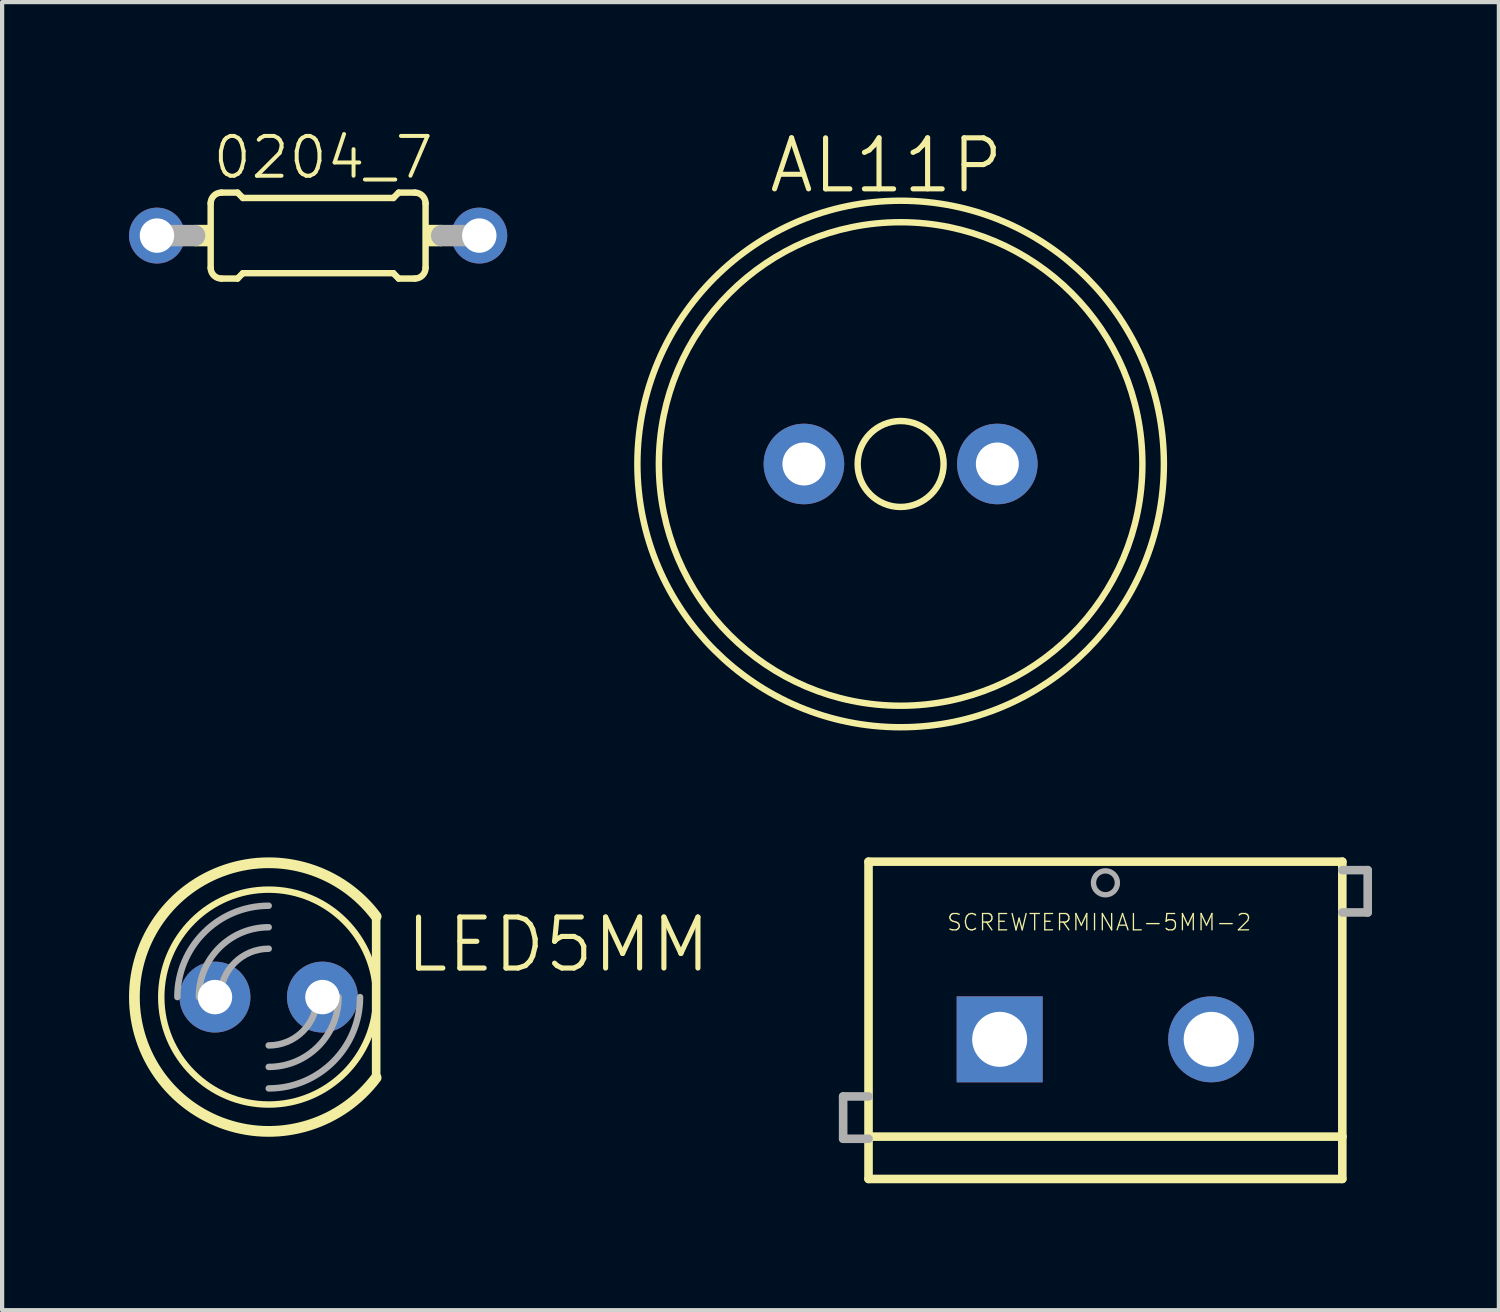
<source format=kicad_pcb>
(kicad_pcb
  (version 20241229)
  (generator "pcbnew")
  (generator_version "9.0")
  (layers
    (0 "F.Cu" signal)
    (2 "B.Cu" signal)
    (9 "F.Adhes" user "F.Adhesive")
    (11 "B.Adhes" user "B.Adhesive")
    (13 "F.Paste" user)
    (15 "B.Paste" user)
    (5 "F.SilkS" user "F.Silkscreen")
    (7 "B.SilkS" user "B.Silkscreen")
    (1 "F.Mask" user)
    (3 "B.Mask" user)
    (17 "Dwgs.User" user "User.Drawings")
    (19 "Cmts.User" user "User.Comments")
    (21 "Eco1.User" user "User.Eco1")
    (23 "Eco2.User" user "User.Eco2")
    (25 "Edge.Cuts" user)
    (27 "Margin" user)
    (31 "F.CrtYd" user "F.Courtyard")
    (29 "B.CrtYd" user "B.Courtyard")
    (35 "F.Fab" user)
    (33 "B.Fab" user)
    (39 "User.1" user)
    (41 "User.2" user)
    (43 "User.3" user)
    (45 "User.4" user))
  (footprint "SCREWTERMINAL-5MM-2"
    (layer "F.Cu")
    (at 20.581 21.519)
    (property "Reference" "SCREWTERMINAL-5MM-2" (at -1.27 -2.54 180) (layer "F.SilkS") (effects (font (size 0.386 0.386) (thickness 0.031)) (justify left bottom)))
    (attr through_hole)
    (fp_line (start -3.1 -4.2) (end 8.1 -4.2) (stroke (width 0.203) (type solid)) (layer "F.SilkS"))
    (fp_line (start -3.1 2.3) (end -3.1 -4.2) (stroke (width 0.203) (type solid)) (layer "F.SilkS"))
    (fp_line (start -3.1 3.3) (end -3.1 2.3) (stroke (width 0.203) (type solid)) (layer "F.SilkS"))
    (fp_line (start 8.1 -4.2) (end 8.1 2.3) (stroke (width 0.203) (type solid)) (layer "F.SilkS"))
    (fp_line (start 8.1 2.3) (end -3.1 2.3) (stroke (width 0.203) (type solid)) (layer "F.SilkS"))
    (fp_line (start 8.1 2.3) (end 8.1 3.3) (stroke (width 0.203) (type solid)) (layer "F.SilkS"))
    (fp_line (start 8.1 3.3) (end -3.1 3.3) (stroke (width 0.203) (type solid)) (layer "F.SilkS"))
    (fp_line (start -3.7 1.35) (end -3.7 2.35) (stroke (width 0.203) (type solid)) (layer "F.Fab"))
    (fp_line (start -3.7 2.35) (end -3.1 2.35) (stroke (width 0.203) (type solid)) (layer "F.Fab"))
    (fp_line (start -3.1 1.35) (end -3.7 1.35) (stroke (width 0.203) (type solid)) (layer "F.Fab"))
    (fp_line (start 8.1 -4) (end 8.7 -4) (stroke (width 0.203) (type solid)) (layer "F.Fab"))
    (fp_line (start 8.7 -4) (end 8.7 -3) (stroke (width 0.203) (type solid)) (layer "F.Fab"))
    (fp_line (start 8.7 -3) (end 8.1 -3) (stroke (width 0.203) (type solid)) (layer "F.Fab"))
    (fp_circle (center 2.5 -3.7) (end 2.783 -3.7) (stroke (width 0.127) (type solid)) (fill no) (layer "F.Fab"))
    (pad "1" thru_hole rect (at 0 0) (size 2.032 2.032) (drill 1.3) (layers "*.Cu" "*.Mask"))
    (pad "2" thru_hole circle (at 5 0) (size 2.032 2.032) (drill 1.3) (layers "*.Cu" "*.Mask")))
  (footprint "AL11P"
    (layer "F.Cu")
    (at 18.24 7.918)
    (property "Reference" "AL11P" (at -3.175 -6.35 180) (layer "F.SilkS") (effects (font (size 1.206 1.206) (thickness 0.121)) (justify left bottom)))
    (attr through_hole)
    (fp_circle (center 0 0) (end 1.016 0) (stroke (width 0.152) (type solid)) (fill no) (layer "F.SilkS"))
    (fp_circle (center 0 0) (end 5.715 0) (stroke (width 0.152) (type solid)) (fill no) (layer "F.SilkS"))
    (fp_circle (center 0 0) (end 6.223 0) (stroke (width 0.152) (type solid)) (fill no) (layer "F.SilkS"))
    (pad "+" thru_hole circle (at 2.286 0) (size 1.905 1.905) (drill 1.016) (layers "*.Cu" "*.Mask"))
    (pad "-" thru_hole circle (at -2.286 0) (size 1.905 1.905) (drill 1.016) (layers "*.Cu" "*.Mask")))
  (footprint "0204_7"
    (layer "F.Cu")
    (at 4.47 2.519)
    (property "Reference" "0204_7" (at -2.54 -1.295 180) (layer "F.SilkS") (effects (font (size 0.941 0.941) (thickness 0.094)) (justify left bottom)))
    (attr through_hole)
    (fp_line (start -2.54 0.762) (end -2.54 -0.762) (stroke (width 0.152) (type solid)) (layer "F.SilkS"))
    (fp_line (start -2.286 -1.016) (end -1.905 -1.016) (stroke (width 0.152) (type solid)) (layer "F.SilkS"))
    (fp_line (start -2.286 1.016) (end -1.905 1.016) (stroke (width 0.152) (type solid)) (layer "F.SilkS"))
    (fp_line (start -1.778 -0.889) (end -1.905 -1.016) (stroke (width 0.152) (type solid)) (layer "F.SilkS"))
    (fp_line (start -1.778 0.889) (end -1.905 1.016) (stroke (width 0.152) (type solid)) (layer "F.SilkS"))
    (fp_line (start 1.778 -0.889) (end -1.778 -0.889) (stroke (width 0.152) (type solid)) (layer "F.SilkS"))
    (fp_line (start 1.778 -0.889) (end 1.905 -1.016) (stroke (width 0.152) (type solid)) (layer "F.SilkS"))
    (fp_line (start 1.778 0.889) (end -1.778 0.889) (stroke (width 0.152) (type solid)) (layer "F.SilkS"))
    (fp_line (start 1.778 0.889) (end 1.905 1.016) (stroke (width 0.152) (type solid)) (layer "F.SilkS"))
    (fp_line (start 2.286 -1.016) (end 1.905 -1.016) (stroke (width 0.152) (type solid)) (layer "F.SilkS"))
    (fp_line (start 2.286 1.016) (end 1.905 1.016) (stroke (width 0.152) (type solid)) (layer "F.SilkS"))
    (fp_line (start 2.54 0.762) (end 2.54 -0.762) (stroke (width 0.152) (type solid)) (layer "F.SilkS"))
    (fp_arc (start -2.54 -0.762) (mid -2.465605 -0.941605) (end -2.286 -1.016) (stroke (width 0.1524) (type solid)) (layer "F.SilkS"))
    (fp_arc (start -2.286 1.016) (mid -2.465605 0.941605) (end -2.54 0.762) (stroke (width 0.1524) (type solid)) (layer "F.SilkS"))
    (fp_arc (start 2.286 -1.016) (mid 2.465605 -0.941605) (end 2.54 -0.762) (stroke (width 0.1524) (type solid)) (layer "F.SilkS"))
    (fp_arc (start 2.54 0.762) (mid 2.465605 0.941605) (end 2.286 1.016) (stroke (width 0.1524) (type solid)) (layer "F.SilkS"))
    (fp_poly (pts (xy -2.921 0.254) (xy -2.54 0.254) (xy -2.54 -0.254) (xy -2.921 -0.254)) (stroke (width 0) (type solid)) (fill yes) (layer "F.SilkS"))
    (fp_poly (pts (xy 2.54 0.254) (xy 2.921 0.254) (xy 2.921 -0.254) (xy 2.54 -0.254)) (stroke (width 0) (type solid)) (fill yes) (layer "F.SilkS"))
    (fp_line (start -3.81 0) (end -2.921 0) (stroke (width 0.508) (type solid)) (layer "F.Fab"))
    (fp_line (start 3.81 0) (end 2.921 0) (stroke (width 0.508) (type solid)) (layer "F.Fab"))
    (pad "1" thru_hole circle (at -3.81 0) (size 1.321 1.321) (drill 0.813) (layers "*.Cu" "*.Mask"))
    (pad "2" thru_hole circle (at 3.81 0) (size 1.321 1.321) (drill 0.813) (layers "*.Cu" "*.Mask")))
  (footprint "LED5MM"
    (layer "F.Cu")
    (at 3.302 20.52)
    (property "Reference" "LED5MM" (at 3.175 -0.533 0) (layer "F.SilkS") (effects (font (size 1.206 1.206) (thickness 0.121)) (justify left bottom)))
    (attr through_hole)
    (fp_line (start 2.54 1.905) (end 2.54 -1.905) (stroke (width 0.203) (type solid)) (layer "F.SilkS"))
    (fp_arc (start 2.54 1.905) (mid -3.175 0) (end 2.54 -1.905) (stroke (width 0.254) (type solid)) (layer "F.SilkS"))
    (fp_circle (center 0 0) (end 2.54 0) (stroke (width 0.152) (type solid)) (fill no) (layer "F.SilkS"))
    (fp_arc (start -2.159 0) (mid -1.526644 -1.526644) (end 0 -2.159) (stroke (width 0.1524) (type solid)) (layer "F.Fab"))
    (fp_arc (start -1.651 0) (mid -1.167433 -1.167433) (end 0 -1.651) (stroke (width 0.1524) (type solid)) (layer "F.Fab"))
    (fp_arc (start -1.143 0) (mid -0.808223 -0.808223) (end 0 -1.143) (stroke (width 0.1524) (type solid)) (layer "F.Fab"))
    (fp_arc (start 1.143 0) (mid 0.808223 0.808223) (end 0 1.143) (stroke (width 0.1524) (type solid)) (layer "F.Fab"))
    (fp_arc (start 1.651 0) (mid 1.167433 1.167433) (end 0 1.651) (stroke (width 0.1524) (type solid)) (layer "F.Fab"))
    (fp_arc (start 2.159 0) (mid 1.526644 1.526644) (end 0 2.159) (stroke (width 0.1524) (type solid)) (layer "F.Fab"))
    (pad "A" thru_hole circle (at -1.27 0) (size 1.676 1.676) (drill 0.813) (layers "*.Cu" "*.Mask"))
    (pad "K" thru_hole circle (at 1.27 0) (size 1.676 1.676) (drill 0.813) (layers "*.Cu" "*.Mask")))
  (gr_rect
    (start -3 -3)
    (end 32.382 27.921)
    (stroke (width 0.1) (type default))
    (fill no)
    (layer "Edge.Cuts")))
</source>
